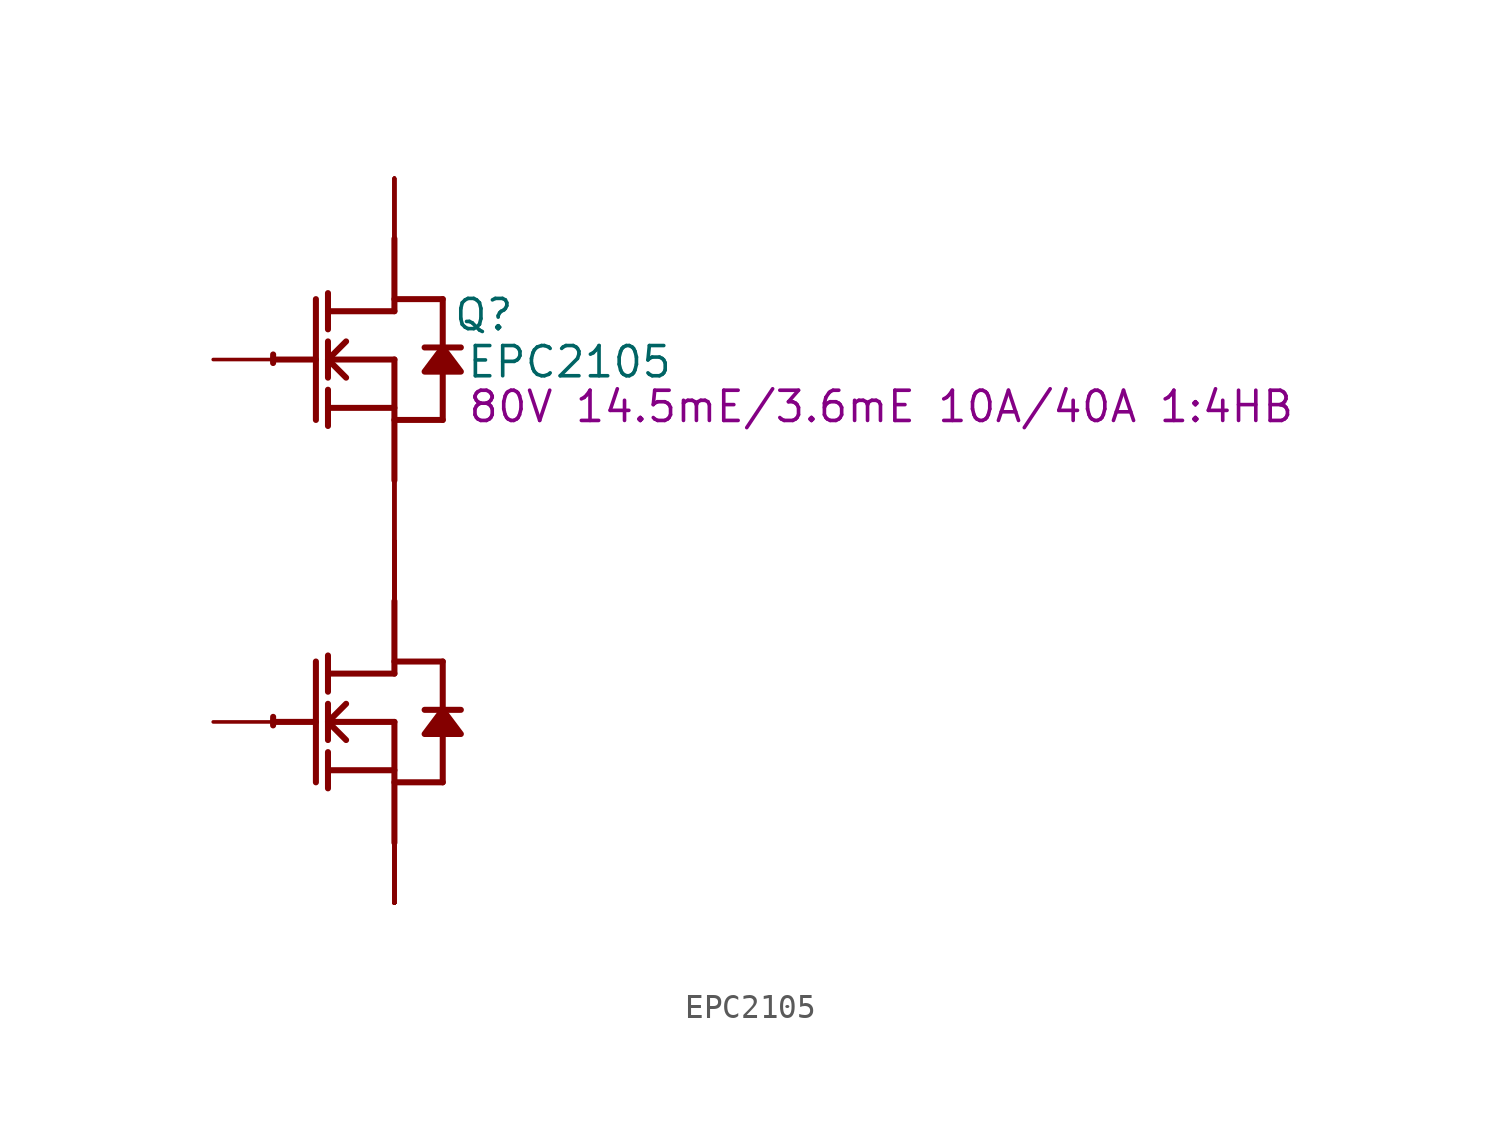
<source format=kicad_sym>
(kicad_symbol_lib
  (version 20220914)
  (generator kicad_symbol_editor)
  (symbol "EPC2105"
    (property "Reference" "Q"
      (at 3.759 1.88 0)
      (effects (font (size 1.27 1.27))))
    (property "Value" "EPC2105"
      (at 7.366 -0.102 0)
      (effects (font (size 1.27 1.27))))
    (property "Description" "80V 14.5mE/3.6mE 10A/40A 1:4HB"
      (at 20.472 -1.981 0)
      (effects (font (size 1.27 1.27))))
    (symbol "EPC2105_1_0"
      (arc (start -5.0996 -15.0272) (mid -5.1039 -15.2069) (end -5.1019 -15.3867) (stroke (width 0.254) (type solid)) (fill (type none)))
      (arc (start -5.0996 0.2128) (mid -5.1039 0.0331) (end -5.1019 -0.1467) (stroke (width 0.254) (type solid)) (fill (type none)))
      (polyline (pts (xy -5.08 -15.24) (xy -3.302 -15.24)) (stroke (width 0.254) (type solid)) (fill (type none)))
      (polyline (pts (xy -5.08 0) (xy -3.302 0)) (stroke (width 0.254) (type solid)) (fill (type none)))
      (polyline (pts (xy -3.302 -12.7) (xy -3.302 -17.78)) (stroke (width 0.254) (type solid)) (fill (type none)))
      (polyline (pts (xy -3.302 2.54) (xy -3.302 -2.54)) (stroke (width 0.254) (type solid)) (fill (type none)))
      (polyline (pts (xy -2.794 -18.034) (xy -2.794 -16.51)) (stroke (width 0.254) (type solid)) (fill (type none)))
      (polyline (pts (xy -2.794 -17.272) (xy 0 -17.272)) (stroke (width 0.254) (type solid)) (fill (type none)))
      (polyline (pts (xy -2.794 -16.002) (xy -2.794 -14.478)) (stroke (width 0.254) (type solid)) (fill (type none)))
      (polyline (pts (xy -2.794 -15.24) (xy -2.032 -14.478)) (stroke (width 0.254) (type solid)) (fill (type none)))
      (polyline (pts (xy -2.794 -15.24) (xy 0 -15.24)) (stroke (width 0.254) (type solid)) (fill (type none)))
      (polyline (pts (xy -2.794 -13.97) (xy -2.794 -12.446)) (stroke (width 0.254) (type solid)) (fill (type none)))
      (polyline (pts (xy -2.794 -2.794) (xy -2.794 -1.27)) (stroke (width 0.254) (type solid)) (fill (type none)))
      (polyline (pts (xy -2.794 -2.032) (xy 0 -2.032)) (stroke (width 0.254) (type solid)) (fill (type none)))
      (polyline (pts (xy -2.794 -0.762) (xy -2.794 0.762)) (stroke (width 0.254) (type solid)) (fill (type none)))
      (polyline (pts (xy -2.794 0) (xy -2.032 0.762)) (stroke (width 0.254) (type solid)) (fill (type none)))
      (polyline (pts (xy -2.794 0) (xy 0 0)) (stroke (width 0.254) (type solid)) (fill (type none)))
      (polyline (pts (xy -2.794 1.27) (xy -2.794 2.794)) (stroke (width 0.254) (type solid)) (fill (type none)))
      (polyline (pts (xy -2.032 -16.002) (xy -2.794 -15.24)) (stroke (width 0.254) (type solid)) (fill (type none)))
      (polyline (pts (xy -2.032 -0.762) (xy -2.794 0)) (stroke (width 0.254) (type solid)) (fill (type none)))
      (polyline (pts (xy 0 -17.78) (xy 2.032 -17.78)) (stroke (width 0.254) (type solid)) (fill (type none)))
      (polyline (pts (xy 0 -15.24) (xy 0 -20.32)) (stroke (width 0.254) (type solid)) (fill (type none)))
      (polyline (pts (xy 0 -13.208) (xy -2.794 -13.208)) (stroke (width 0.254) (type solid)) (fill (type none)))
      (polyline (pts (xy 0 -13.208) (xy 0 -10.16)) (stroke (width 0.254) (type solid)) (fill (type none)))
      (polyline (pts (xy 0 -12.7) (xy 2.032 -12.7)) (stroke (width 0.254) (type solid)) (fill (type none)))
      (polyline (pts (xy 0 -2.54) (xy 2.032 -2.54)) (stroke (width 0.254) (type solid)) (fill (type none)))
      (polyline (pts (xy 0 0) (xy 0 -5.08)) (stroke (width 0.254) (type solid)) (fill (type none)))
      (polyline (pts (xy 0 2.032) (xy -2.794 2.032)) (stroke (width 0.254) (type solid)) (fill (type none)))
      (polyline (pts (xy 0 2.032) (xy 0 5.08)) (stroke (width 0.254) (type solid)) (fill (type none)))
      (polyline (pts (xy 0 2.54) (xy 2.032 2.54)) (stroke (width 0.254) (type solid)) (fill (type none)))
      (polyline (pts (xy 2.032 -15.748) (xy 2.032 -17.78)) (stroke (width 0.254) (type solid)) (fill (type none)))
      (polyline (pts (xy 2.032 -12.7) (xy 2.032 -14.732)) (stroke (width 0.254) (type solid)) (fill (type none)))
      (polyline (pts (xy 2.032 -0.508) (xy 2.032 -2.54)) (stroke (width 0.254) (type solid)) (fill (type none)))
      (polyline (pts (xy 2.032 2.54) (xy 2.032 0.508)) (stroke (width 0.254) (type solid)) (fill (type none)))
      (polyline (pts (xy 2.794 -14.732) (xy 1.27 -14.732)) (stroke (width 0.254) (type solid)) (fill (type none)))
      (polyline (pts (xy 2.794 0.508) (xy 1.27 0.508)) (stroke (width 0.254) (type solid)) (fill (type none)))
      (polyline (pts (xy 2.032 -14.732) (xy 1.27 -15.748) (xy 2.794 -15.748) (xy 2.032 -14.732)) (stroke (width 0.254) (type solid)) (fill (type outline)))
      (polyline (pts (xy 2.032 0.508) (xy 1.27 -0.508) (xy 2.794 -0.508) (xy 2.032 0.508)) (stroke (width 0.254) (type solid)) (fill (type outline)))
      (pin open_collector line (at 0 7.62 270) (length 2.54) (name "D1" (effects (font (size 0 0)))) (number "1" (effects (font (size 0 0)))))
      (pin open_collector line (at 0 -7.62 270) (length 2.54) (name "D2" (effects (font (size 0 0)))) (number "10" (effects (font (size 0 0)))))
      (pin open_collector line (at 0 7.62 270) (length 2.54) (name "D1" (effects (font (size 0 0)))) (number "11" (effects (font (size 0 0)))))
      (pin open_emitter line (at 0 -22.86 90) (length 2.54) (name "S2" (effects (font (size 0 0)))) (number "12" (effects (font (size 0 0)))))
      (pin open_emitter line (at 0 -22.86 90) (length 2.54) (name "S2" (effects (font (size 0 0)))) (number "13" (effects (font (size 0 0)))))
      (pin open_emitter line (at 0 -22.86 90) (length 2.54) (name "S2" (effects (font (size 0 0)))) (number "14" (effects (font (size 0 0)))))
      (pin open_emitter line (at 0 -22.86 90) (length 2.54) (name "S2" (effects (font (size 0 0)))) (number "15" (effects (font (size 0 0)))))
      (pin open_emitter line (at 0 -7.62 90) (length 2.54) (name "S1" (effects (font (size 0 0)))) (number "16" (effects (font (size 0 0)))))
      (pin open_collector line (at 0 -7.62 270) (length 2.54) (name "D2" (effects (font (size 0 0)))) (number "17" (effects (font (size 0 0)))))
      (pin open_collector line (at 0 -7.62 270) (length 2.54) (name "D2" (effects (font (size 0 0)))) (number "18" (effects (font (size 0 0)))))
      (pin open_collector line (at 0 -7.62 270) (length 2.54) (name "D2" (effects (font (size 0 0)))) (number "19" (effects (font (size 0 0)))))
      (pin passive line (at -7.62 0 0) (length 2.54) (name "G1" (effects (font (size 0 0)))) (number "2" (effects (font (size 0 0)))))
      (pin open_collector line (at 0 -7.62 270) (length 2.54) (name "D2" (effects (font (size 0 0)))) (number "20" (effects (font (size 0 0)))))
      (pin open_collector line (at 0 7.62 270) (length 2.54) (name "D1" (effects (font (size 0 0)))) (number "21" (effects (font (size 0 0)))))
      (pin open_emitter line (at 0 -22.86 90) (length 2.54) (name "S2" (effects (font (size 0 0)))) (number "22" (effects (font (size 0 0)))))
      (pin open_emitter line (at 0 -22.86 90) (length 2.54) (name "S2" (effects (font (size 0 0)))) (number "23" (effects (font (size 0 0)))))
      (pin open_emitter line (at 0 -22.86 90) (length 2.54) (name "S2" (effects (font (size 0 0)))) (number "24" (effects (font (size 0 0)))))
      (pin open_emitter line (at 0 -22.86 90) (length 2.54) (name "S2" (effects (font (size 0 0)))) (number "25" (effects (font (size 0 0)))))
      (pin open_emitter line (at 0 -7.62 90) (length 2.54) (name "S1" (effects (font (size 0 0)))) (number "26" (effects (font (size 0 0)))))
      (pin open_collector line (at 0 -7.62 270) (length 2.54) (name "D2" (effects (font (size 0 0)))) (number "27" (effects (font (size 0 0)))))
      (pin open_collector line (at 0 -7.62 270) (length 2.54) (name "D2" (effects (font (size 0 0)))) (number "28" (effects (font (size 0 0)))))
      (pin open_collector line (at 0 -7.62 270) (length 2.54) (name "D2" (effects (font (size 0 0)))) (number "29" (effects (font (size 0 0)))))
      (pin passive line (at 0 -7.62 90) (length 2.54) (name "SG1" (effects (font (size 0 0)))) (number "3" (effects (font (size 0 0)))))
      (pin open_collector line (at 0 -7.62 270) (length 2.54) (name "D2" (effects (font (size 0 0)))) (number "30" (effects (font (size 0 0)))))
      (pin open_collector line (at 0 7.62 270) (length 2.54) (name "D1" (effects (font (size 0 0)))) (number "31" (effects (font (size 0 0)))))
      (pin open_emitter line (at 0 -22.86 90) (length 2.54) (name "S2" (effects (font (size 0 0)))) (number "32" (effects (font (size 0 0)))))
      (pin open_emitter line (at 0 -22.86 90) (length 2.54) (name "S2" (effects (font (size 0 0)))) (number "33" (effects (font (size 0 0)))))
      (pin open_emitter line (at 0 -22.86 90) (length 2.54) (name "S2" (effects (font (size 0 0)))) (number "34" (effects (font (size 0 0)))))
      (pin open_emitter line (at 0 -22.86 90) (length 2.54) (name "S2" (effects (font (size 0 0)))) (number "35" (effects (font (size 0 0)))))
      (pin open_emitter line (at 0 -7.62 90) (length 2.54) (name "S1" (effects (font (size 0 0)))) (number "36" (effects (font (size 0 0)))))
      (pin open_collector line (at 0 -7.62 270) (length 2.54) (name "D2" (effects (font (size 0 0)))) (number "37" (effects (font (size 0 0)))))
      (pin open_collector line (at 0 -7.62 270) (length 2.54) (name "D2" (effects (font (size 0 0)))) (number "38" (effects (font (size 0 0)))))
      (pin open_collector line (at 0 -7.62 270) (length 2.54) (name "D2" (effects (font (size 0 0)))) (number "39" (effects (font (size 0 0)))))
      (pin passive line (at -7.62 -15.24 0) (length 2.54) (name "G2" (effects (font (size 0 0)))) (number "4" (effects (font (size 0 0)))))
      (pin open_collector line (at 0 -7.62 270) (length 2.54) (name "D2" (effects (font (size 0 0)))) (number "40" (effects (font (size 0 0)))))
      (pin open_collector line (at 0 7.62 270) (length 2.54) (name "D1" (effects (font (size 0 0)))) (number "41" (effects (font (size 0 0)))))
      (pin open_emitter line (at 0 -22.86 90) (length 2.54) (name "S2" (effects (font (size 0 0)))) (number "42" (effects (font (size 0 0)))))
      (pin open_emitter line (at 0 -22.86 90) (length 2.54) (name "S2" (effects (font (size 0 0)))) (number "43" (effects (font (size 0 0)))))
      (pin open_emitter line (at 0 -22.86 90) (length 2.54) (name "S2" (effects (font (size 0 0)))) (number "44" (effects (font (size 0 0)))))
      (pin open_emitter line (at 0 -22.86 90) (length 2.54) (name "S2" (effects (font (size 0 0)))) (number "45" (effects (font (size 0 0)))))
      (pin open_emitter line (at 0 -7.62 90) (length 2.54) (name "S1" (effects (font (size 0 0)))) (number "46" (effects (font (size 0 0)))))
      (pin open_collector line (at 0 -7.62 270) (length 2.54) (name "D2" (effects (font (size 0 0)))) (number "47" (effects (font (size 0 0)))))
      (pin open_collector line (at 0 -7.62 270) (length 2.54) (name "D2" (effects (font (size 0 0)))) (number "48" (effects (font (size 0 0)))))
      (pin open_collector line (at 0 -7.62 270) (length 2.54) (name "D2" (effects (font (size 0 0)))) (number "49" (effects (font (size 0 0)))))
      (pin open_emitter line (at 0 -22.86 90) (length 2.54) (name "S2" (effects (font (size 0 0)))) (number "5" (effects (font (size 0 0)))))
      (pin open_collector line (at 0 -7.62 270) (length 2.54) (name "D2" (effects (font (size 0 0)))) (number "50" (effects (font (size 0 0)))))
      (pin open_collector line (at 0 7.62 270) (length 2.54) (name "D1" (effects (font (size 0 0)))) (number "51" (effects (font (size 0 0)))))
      (pin open_emitter line (at 0 -22.86 90) (length 2.54) (name "S2" (effects (font (size 0 0)))) (number "52" (effects (font (size 0 0)))))
      (pin open_emitter line (at 0 -22.86 90) (length 2.54) (name "S2" (effects (font (size 0 0)))) (number "53" (effects (font (size 0 0)))))
      (pin open_emitter line (at 0 -22.86 90) (length 2.54) (name "S2" (effects (font (size 0 0)))) (number "54" (effects (font (size 0 0)))))
      (pin open_emitter line (at 0 -22.86 90) (length 2.54) (name "S2" (effects (font (size 0 0)))) (number "55" (effects (font (size 0 0)))))
      (pin open_emitter line (at 0 -7.62 90) (length 2.54) (name "S1" (effects (font (size 0 0)))) (number "56" (effects (font (size 0 0)))))
      (pin open_collector line (at 0 -7.62 270) (length 2.54) (name "D2" (effects (font (size 0 0)))) (number "57" (effects (font (size 0 0)))))
      (pin open_collector line (at 0 -7.62 270) (length 2.54) (name "D2" (effects (font (size 0 0)))) (number "58" (effects (font (size 0 0)))))
      (pin open_collector line (at 0 -7.62 270) (length 2.54) (name "D2" (effects (font (size 0 0)))) (number "59" (effects (font (size 0 0)))))
      (pin open_emitter line (at 0 -7.62 90) (length 2.54) (name "S1" (effects (font (size 0 0)))) (number "6" (effects (font (size 0 0)))))
      (pin open_collector line (at 0 -7.62 270) (length 2.54) (name "D2" (effects (font (size 0 0)))) (number "60" (effects (font (size 0 0)))))
      (pin open_collector line (at 0 7.62 270) (length 2.54) (name "D1" (effects (font (size 0 0)))) (number "61" (effects (font (size 0 0)))))
      (pin open_emitter line (at 0 -22.86 90) (length 2.54) (name "S2" (effects (font (size 0 0)))) (number "62" (effects (font (size 0 0)))))
      (pin open_emitter line (at 0 -22.86 90) (length 2.54) (name "S2" (effects (font (size 0 0)))) (number "63" (effects (font (size 0 0)))))
      (pin open_emitter line (at 0 -22.86 90) (length 2.54) (name "S2" (effects (font (size 0 0)))) (number "64" (effects (font (size 0 0)))))
      (pin open_emitter line (at 0 -22.86 90) (length 2.54) (name "S2" (effects (font (size 0 0)))) (number "65" (effects (font (size 0 0)))))
      (pin open_emitter line (at 0 -7.62 90) (length 2.54) (name "S1" (effects (font (size 0 0)))) (number "66" (effects (font (size 0 0)))))
      (pin open_collector line (at 0 -7.62 270) (length 2.54) (name "D2" (effects (font (size 0 0)))) (number "67" (effects (font (size 0 0)))))
      (pin open_collector line (at 0 -7.62 270) (length 2.54) (name "D2" (effects (font (size 0 0)))) (number "68" (effects (font (size 0 0)))))
      (pin open_collector line (at 0 -7.62 270) (length 2.54) (name "D2" (effects (font (size 0 0)))) (number "69" (effects (font (size 0 0)))))
      (pin open_collector line (at 0 -7.62 270) (length 2.54) (name "D2" (effects (font (size 0 0)))) (number "7" (effects (font (size 0 0)))))
      (pin open_collector line (at 0 -7.62 270) (length 2.54) (name "D2" (effects (font (size 0 0)))) (number "70" (effects (font (size 0 0)))))
      (pin open_collector line (at 0 7.62 270) (length 2.54) (name "D1" (effects (font (size 0 0)))) (number "71" (effects (font (size 0 0)))))
      (pin open_emitter line (at 0 -22.86 90) (length 2.54) (name "S2" (effects (font (size 0 0)))) (number "72" (effects (font (size 0 0)))))
      (pin open_emitter line (at 0 -22.86 90) (length 2.54) (name "S2" (effects (font (size 0 0)))) (number "73" (effects (font (size 0 0)))))
      (pin open_emitter line (at 0 -22.86 90) (length 2.54) (name "S2" (effects (font (size 0 0)))) (number "74" (effects (font (size 0 0)))))
      (pin open_emitter line (at 0 -22.86 90) (length 2.54) (name "S2" (effects (font (size 0 0)))) (number "75" (effects (font (size 0 0)))))
      (pin open_collector line (at 0 -7.62 270) (length 2.54) (name "D2" (effects (font (size 0 0)))) (number "8" (effects (font (size 0 0)))))
      (pin open_collector line (at 0 -7.62 270) (length 2.54) (name "D2" (effects (font (size 0 0)))) (number "9" (effects (font (size 0 0))))))))
</source>
